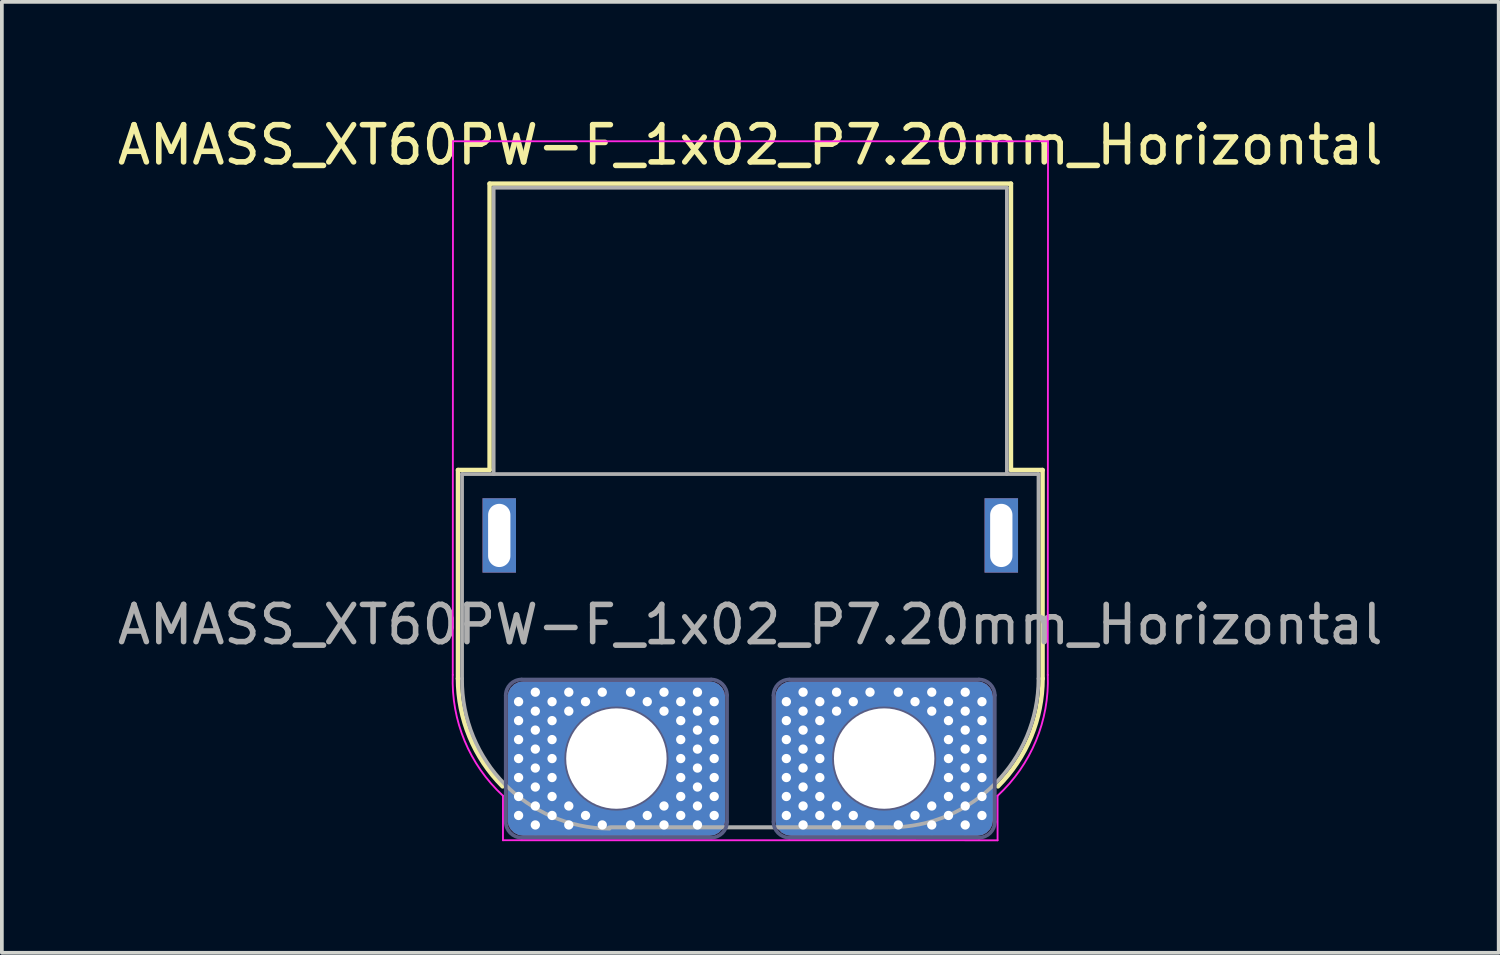
<source format=kicad_pcb>
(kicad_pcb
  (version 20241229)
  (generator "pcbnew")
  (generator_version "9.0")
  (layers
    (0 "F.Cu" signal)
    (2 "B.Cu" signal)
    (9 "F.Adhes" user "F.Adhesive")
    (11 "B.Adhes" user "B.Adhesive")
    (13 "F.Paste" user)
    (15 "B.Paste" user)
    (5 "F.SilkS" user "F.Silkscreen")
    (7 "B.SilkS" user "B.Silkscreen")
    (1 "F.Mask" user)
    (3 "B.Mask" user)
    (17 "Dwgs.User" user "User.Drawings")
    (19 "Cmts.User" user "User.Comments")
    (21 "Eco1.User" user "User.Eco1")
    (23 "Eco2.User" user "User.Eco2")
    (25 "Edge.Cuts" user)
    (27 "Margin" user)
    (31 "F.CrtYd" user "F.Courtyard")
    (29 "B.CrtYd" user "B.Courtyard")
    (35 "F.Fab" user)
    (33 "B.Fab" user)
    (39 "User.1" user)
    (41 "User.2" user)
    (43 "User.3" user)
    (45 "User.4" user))
  (footprint "AMASS_XT60PW-F_1x02_P7.20mm_Horizontal"
    (layer "F.Cu")
    (at 20.725 17.348)
    (property "Reference" "AMASS_XT60PW-F_1x02_P7.20mm_Horizontal" (at -3.6 -16.5 0) (layer "F.SilkS") (effects (font (size 1 1) (thickness 0.15))))
    (attr through_hole)
    (fp_line (start -11.46 -7.76) (end -11.46 -2.15) (stroke (width 0.12) (type solid)) (layer "F.SilkS"))
    (fp_line (start -11.46 -7.76) (end -10.61 -7.76) (stroke (width 0.12) (type solid)) (layer "F.SilkS"))
    (fp_line (start -10.61 -15.46) (end -10.61 -7.76) (stroke (width 0.12) (type solid)) (layer "F.SilkS"))
    (fp_line (start -10.61 -15.46) (end 3.41 -15.46) (stroke (width 0.12) (type solid)) (layer "F.SilkS"))
    (fp_line (start 3.41 -15.46) (end 3.41 -7.76) (stroke (width 0.12) (type solid)) (layer "F.SilkS"))
    (fp_line (start 3.41 -7.76) (end 4.26 -7.76) (stroke (width 0.12) (type solid)) (layer "F.SilkS"))
    (fp_line (start 4.26 -7.76) (end 4.26 -2.15) (stroke (width 0.12) (type solid)) (layer "F.SilkS"))
    (fp_arc (start -10.259582 0.748066) (mid -11.148023 -0.581578) (end -11.46 -2.15) (stroke (width 0.12) (type solid)) (layer "F.SilkS"))
    (fp_arc (start 4.26 -2.15) (mid 3.948022 -0.581578) (end 3.059582 0.748066) (stroke (width 0.12) (type solid)) (layer "F.SilkS"))
    (fp_line (start -11.594 -16.6) (end -11.6 -2.25) (stroke (width 0.05) (type solid)) (layer "F.CrtYd"))
    (fp_line (start -11.594 -16.6) (end 4.406 -16.6) (stroke (width 0.05) (type solid)) (layer "F.CrtYd"))
    (fp_line (start -10.25 1) (end -10.25 2.198) (stroke (width 0.05) (type solid)) (layer "F.CrtYd"))
    (fp_line (start 3.05 1) (end 3.05 2.198) (stroke (width 0.05) (type solid)) (layer "F.CrtYd"))
    (fp_line (start 3.05 2.198) (end -10.25 2.196) (stroke (width 0.05) (type solid)) (layer "F.CrtYd"))
    (fp_line (start 4.406 -16.6) (end 4.4 -2.25) (stroke (width 0.05) (type solid)) (layer "F.CrtYd"))
    (fp_arc (start -10.25 1) (mid -11.281741 -0.476815) (end -11.6 -2.25) (stroke (width 0.05) (type solid)) (layer "F.CrtYd"))
    (fp_arc (start 4.4 -2.25) (mid 4.081744 -0.476814) (end 3.05 1) (stroke (width 0.05) (type solid)) (layer "F.CrtYd"))
    (fp_line (start -10.175 1.7) (end -10.175 -1.7) (stroke (width 0.1) (type default)) (layer "B.Fab"))
    (fp_line (start -9.75 -2.125) (end -4.65 -2.125) (stroke (width 0.1) (type default)) (layer "B.Fab"))
    (fp_line (start -4.65 2.125) (end -9.75 2.125) (stroke (width 0.1) (type default)) (layer "B.Fab"))
    (fp_line (start -4.225 -1.7) (end -4.225 1.7) (stroke (width 0.1) (type default)) (layer "B.Fab"))
    (fp_line (start -2.975 1.7) (end -2.975 -1.7) (stroke (width 0.1) (type default)) (layer "B.Fab"))
    (fp_line (start -2.55 -2.125) (end 2.55 -2.125) (stroke (width 0.1) (type default)) (layer "B.Fab"))
    (fp_line (start 2.55 2.125) (end -2.55 2.125) (stroke (width 0.1) (type default)) (layer "B.Fab"))
    (fp_line (start 2.975 -1.7) (end 2.975 1.7) (stroke (width 0.1) (type default)) (layer "B.Fab"))
    (fp_arc (start -10.175 -1.7) (mid -10.05052 -2.00052) (end -9.75 -2.125) (stroke (width 0.1) (type default)) (layer "B.Fab"))
    (fp_arc (start -9.75 2.125) (mid -10.05052 2.00052) (end -10.175 1.7) (stroke (width 0.1) (type default)) (layer "B.Fab"))
    (fp_arc (start -4.65 -2.125) (mid -4.34948 -2.00052) (end -4.225 -1.7) (stroke (width 0.1) (type default)) (layer "B.Fab"))
    (fp_arc (start -4.225 1.7) (mid -4.34948 2.00052) (end -4.65 2.125) (stroke (width 0.1) (type default)) (layer "B.Fab"))
    (fp_arc (start -2.975 -1.7) (mid -2.85052 -2.00052) (end -2.55 -2.125) (stroke (width 0.1) (type default)) (layer "B.Fab"))
    (fp_arc (start -2.55 2.125) (mid -2.85052 2.00052) (end -2.975 1.7) (stroke (width 0.1) (type default)) (layer "B.Fab"))
    (fp_arc (start 2.55 -2.125) (mid 2.85052 -2.00052) (end 2.975 -1.7) (stroke (width 0.1) (type default)) (layer "B.Fab"))
    (fp_arc (start 2.975 1.7) (mid 2.85052 2.00052) (end 2.55 2.125) (stroke (width 0.1) (type default)) (layer "B.Fab"))
    (fp_circle (center -7.2 0) (end -5.85 0) (stroke (width 0.1) (type default)) (fill no) (layer "B.Fab"))
    (fp_circle (center 0 0) (end 1.35 0) (stroke (width 0.1) (type default)) (fill no) (layer "B.Fab"))
    (fp_line (start -11.35 -7.65) (end -11.35 -2.15) (stroke (width 0.1) (type solid)) (layer "F.Fab"))
    (fp_line (start -11.35 -7.65) (end 4.15 -7.65) (stroke (width 0.1) (type solid)) (layer "F.Fab"))
    (fp_line (start -10.5 -15.35) (end 3.3 -15.35) (stroke (width 0.1) (type solid)) (layer "F.Fab"))
    (fp_line (start -10.5 -7.65) (end -10.5 -15.35) (stroke (width 0.1) (type solid)) (layer "F.Fab"))
    (fp_line (start -7.4 1.85) (end 0.1 1.85) (stroke (width 0.1) (type solid)) (layer "F.Fab"))
    (fp_line (start -7.35 1.85) (end 0.15 1.85) (stroke (width 0.1) (type solid)) (layer "F.Fab"))
    (fp_line (start 3.3 -7.65) (end 3.3 -15.35) (stroke (width 0.1) (type solid)) (layer "F.Fab"))
    (fp_line (start 4.15 -7.65) (end 4.15 -2.15) (stroke (width 0.1) (type solid)) (layer "F.Fab"))
    (fp_arc (start -7.385 1.885) (mid -10.203176 0.688678) (end -11.35 -2.15) (stroke (width 0.1) (type solid)) (layer "F.Fab"))
    (fp_arc (start 4.15 -2.15) (mid 2.978427 0.678427) (end 0.15 1.85) (stroke (width 0.1) (type solid)) (layer "F.Fab"))
    (fp_circle (center -0.05 0) (end 0.2 0) (stroke (width 0.1) (type solid)) (fill no) (layer "F.Fab"))
    (fp_text user "${REFERENCE}" (at -3.6 -3.6 0) (layer "F.Fab") (effects (font (size 1 1) (thickness 0.15))))
    (pad "1" thru_hole circle (at -2.63 -1.53 90) (size 0.55 0.55) (drill 0.25) (layers "*.Cu"))
    (pad "1" thru_hole circle (at -2.63 -1.02 90) (size 0.55 0.55) (drill 0.25) (layers "*.Cu"))
    (pad "1" thru_hole circle (at -2.63 -0.51 90) (size 0.55 0.55) (drill 0.25) (layers "*.Cu"))
    (pad "1" thru_hole circle (at -2.63 0 90) (size 0.55 0.55) (drill 0.25) (layers "*.Cu"))
    (pad "1" thru_hole circle (at -2.63 0.51 90) (size 0.55 0.55) (drill 0.25) (layers "*.Cu"))
    (pad "1" thru_hole circle (at -2.63 1.02 90) (size 0.55 0.55) (drill 0.25) (layers "*.Cu"))
    (pad "1" thru_hole circle (at -2.63 1.53 90) (size 0.55 0.55) (drill 0.25) (layers "*.Cu"))
    (pad "1" thru_hole circle (at -2.18 -1.785 90) (size 0.55 0.55) (drill 0.25) (layers "*.Cu"))
    (pad "1" thru_hole circle (at -2.18 -1.275 90) (size 0.55 0.55) (drill 0.25) (layers "*.Cu"))
    (pad "1" thru_hole circle (at -2.18 -0.765 90) (size 0.55 0.55) (drill 0.25) (layers "*.Cu"))
    (pad "1" thru_hole circle (at -2.18 -0.255 90) (size 0.55 0.55) (drill 0.25) (layers "*.Cu"))
    (pad "1" thru_hole circle (at -2.18 0.255 90) (size 0.55 0.55) (drill 0.25) (layers "*.Cu"))
    (pad "1" thru_hole circle (at -2.18 0.765 90) (size 0.55 0.55) (drill 0.25) (layers "*.Cu"))
    (pad "1" thru_hole circle (at -2.18 1.275 90) (size 0.55 0.55) (drill 0.25) (layers "*.Cu"))
    (pad "1" thru_hole circle (at -2.18 1.785 90) (size 0.55 0.55) (drill 0.25) (layers "*.Cu"))
    (pad "1" thru_hole circle (at -1.73 -1.53 90) (size 0.55 0.55) (drill 0.25) (layers "*.Cu"))
    (pad "1" thru_hole circle (at -1.73 -1.02 90) (size 0.55 0.55) (drill 0.25) (layers "*.Cu"))
    (pad "1" thru_hole circle (at -1.73 -0.51 90) (size 0.55 0.55) (drill 0.25) (layers "*.Cu"))
    (pad "1" thru_hole circle (at -1.73 0 90) (size 0.55 0.55) (drill 0.25) (layers "*.Cu"))
    (pad "1" thru_hole circle (at -1.73 0.51 90) (size 0.55 0.55) (drill 0.25) (layers "*.Cu"))
    (pad "1" thru_hole circle (at -1.73 1.02 90) (size 0.55 0.55) (drill 0.25) (layers "*.Cu"))
    (pad "1" thru_hole circle (at -1.73 1.53 90) (size 0.55 0.55) (drill 0.25) (layers "*.Cu"))
    (pad "1" thru_hole circle (at -1.28 -1.785 90) (size 0.55 0.55) (drill 0.25) (layers "*.Cu"))
    (pad "1" thru_hole circle (at -1.28 -1.275 90) (size 0.55 0.55) (drill 0.25) (layers "*.Cu"))
    (pad "1" thru_hole circle (at -1.28 1.275 90) (size 0.55 0.55) (drill 0.25) (layers "*.Cu"))
    (pad "1" thru_hole circle (at -1.28 1.785 90) (size 0.55 0.55) (drill 0.25) (layers "*.Cu"))
    (pad "1" thru_hole circle (at -0.83 -1.53 90) (size 0.55 0.55) (drill 0.25) (layers "*.Cu"))
    (pad "1" thru_hole circle (at -0.83 1.53 90) (size 0.55 0.55) (drill 0.25) (layers "*.Cu"))
    (pad "1" thru_hole circle (at -0.38 -1.785 90) (size 0.55 0.55) (drill 0.25) (layers "*.Cu"))
    (pad "1" thru_hole circle (at -0.38 1.785 90) (size 0.55 0.55) (drill 0.25) (layers "*.Cu"))
    (pad "1" thru_hole roundrect (at 0 0) (size 5.85 4.15) (drill 2.7) (layers "*.Cu" "*.Mask") (roundrect_rratio 0.1))
    (pad "1" thru_hole circle (at 0.38 -1.785 270) (size 0.55 0.55) (drill 0.25) (layers "*.Cu"))
    (pad "1" thru_hole circle (at 0.38 1.785 270) (size 0.55 0.55) (drill 0.25) (layers "*.Cu"))
    (pad "1" thru_hole circle (at 0.83 -1.53 270) (size 0.55 0.55) (drill 0.25) (layers "*.Cu"))
    (pad "1" thru_hole circle (at 0.83 1.53 270) (size 0.55 0.55) (drill 0.25) (layers "*.Cu"))
    (pad "1" thru_hole circle (at 1.28 -1.785 270) (size 0.55 0.55) (drill 0.25) (layers "*.Cu"))
    (pad "1" thru_hole circle (at 1.28 -1.275 270) (size 0.55 0.55) (drill 0.25) (layers "*.Cu"))
    (pad "1" thru_hole circle (at 1.28 1.275 270) (size 0.55 0.55) (drill 0.25) (layers "*.Cu"))
    (pad "1" thru_hole circle (at 1.28 1.785 270) (size 0.55 0.55) (drill 0.25) (layers "*.Cu"))
    (pad "1" thru_hole circle (at 1.73 -1.53 270) (size 0.55 0.55) (drill 0.25) (layers "*.Cu"))
    (pad "1" thru_hole circle (at 1.73 -1.02 270) (size 0.55 0.55) (drill 0.25) (layers "*.Cu"))
    (pad "1" thru_hole circle (at 1.73 -0.51 270) (size 0.55 0.55) (drill 0.25) (layers "*.Cu"))
    (pad "1" thru_hole circle (at 1.73 0 270) (size 0.55 0.55) (drill 0.25) (layers "*.Cu"))
    (pad "1" thru_hole circle (at 1.73 0.51 270) (size 0.55 0.55) (drill 0.25) (layers "*.Cu"))
    (pad "1" thru_hole circle (at 1.73 1.02 270) (size 0.55 0.55) (drill 0.25) (layers "*.Cu"))
    (pad "1" thru_hole circle (at 1.73 1.53 270) (size 0.55 0.55) (drill 0.25) (layers "*.Cu"))
    (pad "1" thru_hole circle (at 2.18 -1.785 270) (size 0.55 0.55) (drill 0.25) (layers "*.Cu"))
    (pad "1" thru_hole circle (at 2.18 -1.275 270) (size 0.55 0.55) (drill 0.25) (layers "*.Cu"))
    (pad "1" thru_hole circle (at 2.18 -0.765 270) (size 0.55 0.55) (drill 0.25) (layers "*.Cu"))
    (pad "1" thru_hole circle (at 2.18 -0.255 270) (size 0.55 0.55) (drill 0.25) (layers "*.Cu"))
    (pad "1" thru_hole circle (at 2.18 0.255 270) (size 0.55 0.55) (drill 0.25) (layers "*.Cu"))
    (pad "1" thru_hole circle (at 2.18 0.765 270) (size 0.55 0.55) (drill 0.25) (layers "*.Cu"))
    (pad "1" thru_hole circle (at 2.18 1.275 270) (size 0.55 0.55) (drill 0.25) (layers "*.Cu"))
    (pad "1" thru_hole circle (at 2.18 1.785 270) (size 0.55 0.55) (drill 0.25) (layers "*.Cu"))
    (pad "1" thru_hole circle (at 2.63 -1.53 270) (size 0.55 0.55) (drill 0.25) (layers "*.Cu"))
    (pad "1" thru_hole circle (at 2.63 -1.02 270) (size 0.55 0.55) (drill 0.25) (layers "*.Cu"))
    (pad "1" thru_hole circle (at 2.63 -0.51 270) (size 0.55 0.55) (drill 0.25) (layers "*.Cu"))
    (pad "1" thru_hole circle (at 2.63 0 270) (size 0.55 0.55) (drill 0.25) (layers "*.Cu"))
    (pad "1" thru_hole circle (at 2.63 0.51 270) (size 0.55 0.55) (drill 0.25) (layers "*.Cu"))
    (pad "1" thru_hole circle (at 2.63 1.02 270) (size 0.55 0.55) (drill 0.25) (layers "*.Cu"))
    (pad "1" thru_hole circle (at 2.63 1.53 270) (size 0.55 0.55) (drill 0.25) (layers "*.Cu"))
    (pad "2" thru_hole circle (at -9.83 -1.53 90) (size 0.55 0.55) (drill 0.25) (layers "*.Cu"))
    (pad "2" thru_hole circle (at -9.83 -1.02 90) (size 0.55 0.55) (drill 0.25) (layers "*.Cu"))
    (pad "2" thru_hole circle (at -9.83 -0.51 90) (size 0.55 0.55) (drill 0.25) (layers "*.Cu"))
    (pad "2" thru_hole circle (at -9.83 0 90) (size 0.55 0.55) (drill 0.25) (layers "*.Cu"))
    (pad "2" thru_hole circle (at -9.83 0.51 90) (size 0.55 0.55) (drill 0.25) (layers "*.Cu"))
    (pad "2" thru_hole circle (at -9.83 1.02 90) (size 0.55 0.55) (drill 0.25) (layers "*.Cu"))
    (pad "2" thru_hole circle (at -9.83 1.53 90) (size 0.55 0.55) (drill 0.25) (layers "*.Cu"))
    (pad "2" thru_hole circle (at -9.38 -1.785 90) (size 0.55 0.55) (drill 0.25) (layers "*.Cu"))
    (pad "2" thru_hole circle (at -9.38 -1.275 90) (size 0.55 0.55) (drill 0.25) (layers "*.Cu"))
    (pad "2" thru_hole circle (at -9.38 -0.765 90) (size 0.55 0.55) (drill 0.25) (layers "*.Cu"))
    (pad "2" thru_hole circle (at -9.38 -0.255 90) (size 0.55 0.55) (drill 0.25) (layers "*.Cu"))
    (pad "2" thru_hole circle (at -9.38 0.255 90) (size 0.55 0.55) (drill 0.25) (layers "*.Cu"))
    (pad "2" thru_hole circle (at -9.38 0.765 90) (size 0.55 0.55) (drill 0.25) (layers "*.Cu"))
    (pad "2" thru_hole circle (at -9.38 1.275 90) (size 0.55 0.55) (drill 0.25) (layers "*.Cu"))
    (pad "2" thru_hole circle (at -9.38 1.785 90) (size 0.55 0.55) (drill 0.25) (layers "*.Cu"))
    (pad "2" thru_hole circle (at -8.93 -1.53 90) (size 0.55 0.55) (drill 0.25) (layers "*.Cu"))
    (pad "2" thru_hole circle (at -8.93 -1.02 90) (size 0.55 0.55) (drill 0.25) (layers "*.Cu"))
    (pad "2" thru_hole circle (at -8.93 -0.51 90) (size 0.55 0.55) (drill 0.25) (layers "*.Cu"))
    (pad "2" thru_hole circle (at -8.93 0 90) (size 0.55 0.55) (drill 0.25) (layers "*.Cu"))
    (pad "2" thru_hole circle (at -8.93 0.51 90) (size 0.55 0.55) (drill 0.25) (layers "*.Cu"))
    (pad "2" thru_hole circle (at -8.93 1.02 90) (size 0.55 0.55) (drill 0.25) (layers "*.Cu"))
    (pad "2" thru_hole circle (at -8.93 1.53 90) (size 0.55 0.55) (drill 0.25) (layers "*.Cu"))
    (pad "2" thru_hole circle (at -8.48 -1.785 90) (size 0.55 0.55) (drill 0.25) (layers "*.Cu"))
    (pad "2" thru_hole circle (at -8.48 -1.275 90) (size 0.55 0.55) (drill 0.25) (layers "*.Cu"))
    (pad "2" thru_hole circle (at -8.48 1.275 90) (size 0.55 0.55) (drill 0.25) (layers "*.Cu"))
    (pad "2" thru_hole circle (at -8.48 1.785 90) (size 0.55 0.55) (drill 0.25) (layers "*.Cu"))
    (pad "2" thru_hole circle (at -8.03 -1.53 90) (size 0.55 0.55) (drill 0.25) (layers "*.Cu"))
    (pad "2" thru_hole circle (at -8.03 1.53 90) (size 0.55 0.55) (drill 0.25) (layers "*.Cu"))
    (pad "2" thru_hole circle (at -7.58 -1.785 90) (size 0.55 0.55) (drill 0.25) (layers "*.Cu"))
    (pad "2" thru_hole circle (at -7.58 1.785 90) (size 0.55 0.55) (drill 0.25) (layers "*.Cu"))
    (pad "2" thru_hole roundrect (at -7.2 0) (size 5.85 4.15) (drill 2.7) (layers "*.Cu" "*.Mask") (roundrect_rratio 0.1))
    (pad "2" thru_hole circle (at -6.82 -1.785 270) (size 0.55 0.55) (drill 0.25) (layers "*.Cu"))
    (pad "2" thru_hole circle (at -6.82 1.785 270) (size 0.55 0.55) (drill 0.25) (layers "*.Cu"))
    (pad "2" thru_hole circle (at -6.37 -1.53 270) (size 0.55 0.55) (drill 0.25) (layers "*.Cu"))
    (pad "2" thru_hole circle (at -6.37 1.53 270) (size 0.55 0.55) (drill 0.25) (layers "*.Cu"))
    (pad "2" thru_hole circle (at -5.92 -1.785 270) (size 0.55 0.55) (drill 0.25) (layers "*.Cu"))
    (pad "2" thru_hole circle (at -5.92 -1.275 270) (size 0.55 0.55) (drill 0.25) (layers "*.Cu"))
    (pad "2" thru_hole circle (at -5.92 1.275 270) (size 0.55 0.55) (drill 0.25) (layers "*.Cu"))
    (pad "2" thru_hole circle (at -5.92 1.785 270) (size 0.55 0.55) (drill 0.25) (layers "*.Cu"))
    (pad "2" thru_hole circle (at -5.47 -1.53 270) (size 0.55 0.55) (drill 0.25) (layers "*.Cu"))
    (pad "2" thru_hole circle (at -5.47 -1.02 270) (size 0.55 0.55) (drill 0.25) (layers "*.Cu"))
    (pad "2" thru_hole circle (at -5.47 -0.51 270) (size 0.55 0.55) (drill 0.25) (layers "*.Cu"))
    (pad "2" thru_hole circle (at -5.47 0 270) (size 0.55 0.55) (drill 0.25) (layers "*.Cu"))
    (pad "2" thru_hole circle (at -5.47 0.51 270) (size 0.55 0.55) (drill 0.25) (layers "*.Cu"))
    (pad "2" thru_hole circle (at -5.47 1.02 270) (size 0.55 0.55) (drill 0.25) (layers "*.Cu"))
    (pad "2" thru_hole circle (at -5.47 1.53 270) (size 0.55 0.55) (drill 0.25) (layers "*.Cu"))
    (pad "2" thru_hole circle (at -5.02 -1.785 270) (size 0.55 0.55) (drill 0.25) (layers "*.Cu"))
    (pad "2" thru_hole circle (at -5.02 -1.275 270) (size 0.55 0.55) (drill 0.25) (layers "*.Cu"))
    (pad "2" thru_hole circle (at -5.02 -0.765 270) (size 0.55 0.55) (drill 0.25) (layers "*.Cu"))
    (pad "2" thru_hole circle (at -5.02 -0.255 270) (size 0.55 0.55) (drill 0.25) (layers "*.Cu"))
    (pad "2" thru_hole circle (at -5.02 0.255 270) (size 0.55 0.55) (drill 0.25) (layers "*.Cu"))
    (pad "2" thru_hole circle (at -5.02 0.765 270) (size 0.55 0.55) (drill 0.25) (layers "*.Cu"))
    (pad "2" thru_hole circle (at -5.02 1.275 270) (size 0.55 0.55) (drill 0.25) (layers "*.Cu"))
    (pad "2" thru_hole circle (at -5.02 1.785 270) (size 0.55 0.55) (drill 0.25) (layers "*.Cu"))
    (pad "2" thru_hole circle (at -4.57 -1.53 270) (size 0.55 0.55) (drill 0.25) (layers "*.Cu"))
    (pad "2" thru_hole circle (at -4.57 -1.02 270) (size 0.55 0.55) (drill 0.25) (layers "*.Cu"))
    (pad "2" thru_hole circle (at -4.57 -0.51 270) (size 0.55 0.55) (drill 0.25) (layers "*.Cu"))
    (pad "2" thru_hole circle (at -4.57 0 270) (size 0.55 0.55) (drill 0.25) (layers "*.Cu"))
    (pad "2" thru_hole circle (at -4.57 0.51 270) (size 0.55 0.55) (drill 0.25) (layers "*.Cu"))
    (pad "2" thru_hole circle (at -4.57 1.02 270) (size 0.55 0.55) (drill 0.25) (layers "*.Cu"))
    (pad "2" thru_hole circle (at -4.57 1.53 270) (size 0.55 0.55) (drill 0.25) (layers "*.Cu"))
    (pad "MP" thru_hole rect (at -10.35 -6) (size 0.9 2) (drill oval 0.6 1.7) (layers "*.Cu" "*.Mask"))
    (pad "MP" thru_hole rect (at 3.15 -6) (size 0.9 2) (drill oval 0.6 1.7) (layers "*.Cu" "*.Mask")))
  (gr_rect
    (start -3 -3)
    (end 37.25 22.571)
    (stroke (width 0.1) (type default))
    (fill no)
    (layer "Edge.Cuts")))
</source>
